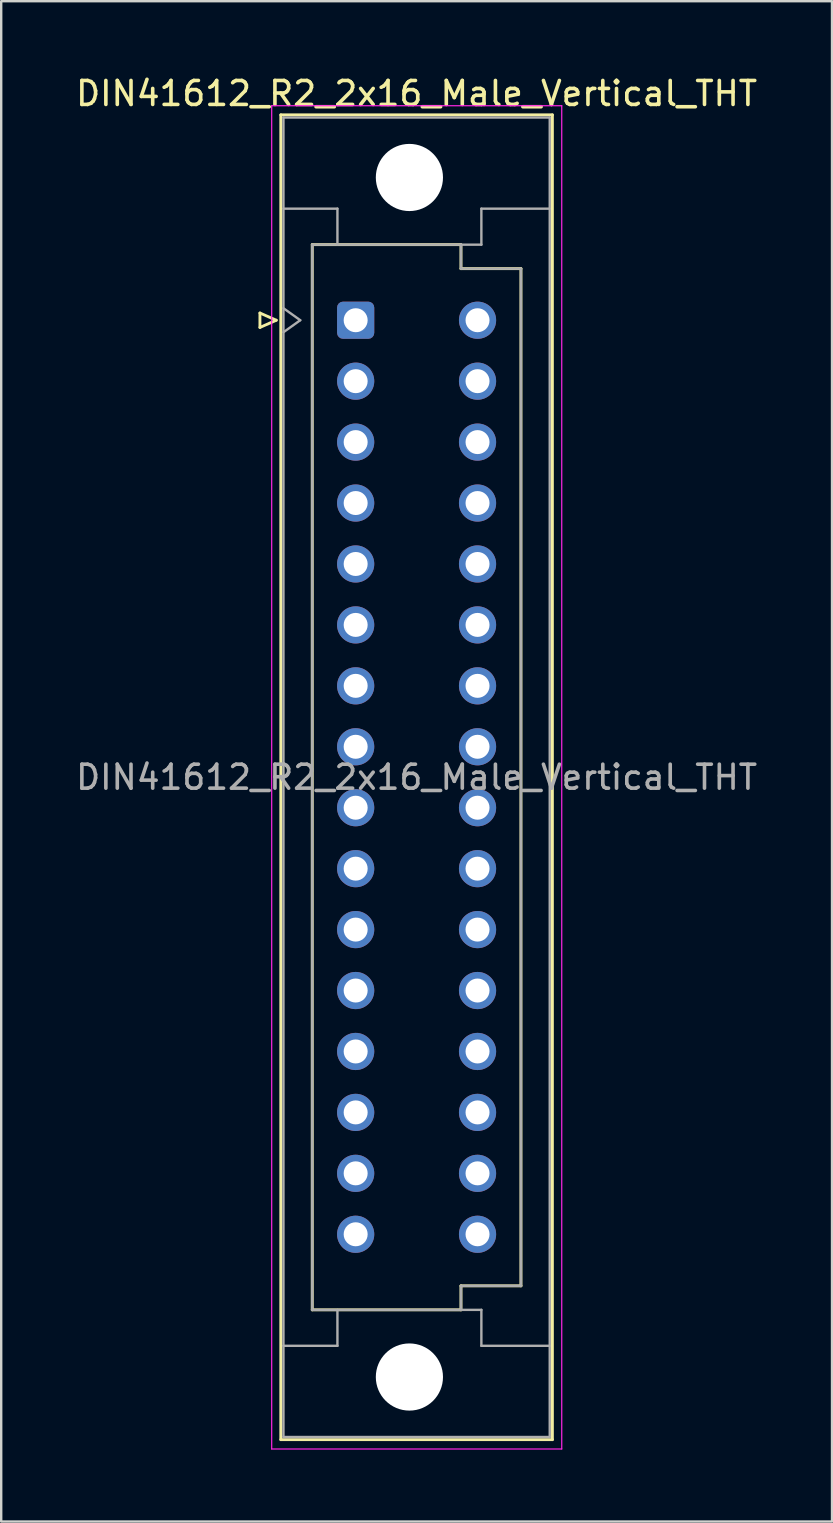
<source format=kicad_pcb>
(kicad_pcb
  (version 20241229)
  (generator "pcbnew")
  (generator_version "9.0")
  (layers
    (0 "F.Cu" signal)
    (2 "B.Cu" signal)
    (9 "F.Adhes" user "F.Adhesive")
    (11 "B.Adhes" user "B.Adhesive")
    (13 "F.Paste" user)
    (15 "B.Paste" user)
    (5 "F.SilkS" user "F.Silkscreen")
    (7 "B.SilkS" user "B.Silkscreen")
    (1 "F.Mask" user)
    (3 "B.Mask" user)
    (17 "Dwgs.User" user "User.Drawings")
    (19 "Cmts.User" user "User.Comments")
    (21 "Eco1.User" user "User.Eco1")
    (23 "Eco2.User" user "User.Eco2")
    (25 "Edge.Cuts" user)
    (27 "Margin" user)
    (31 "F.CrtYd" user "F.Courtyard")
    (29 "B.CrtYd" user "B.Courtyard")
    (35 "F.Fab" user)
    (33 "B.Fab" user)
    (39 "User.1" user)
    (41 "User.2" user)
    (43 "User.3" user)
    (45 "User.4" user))
  (footprint "DIN41612_R2_2x16_Male_Vertical_THT"
    (layer "F.Cu")
    (at 11.775 10.298)
    (property "Reference" "DIN41612_R2_2x16_Male_Vertical_THT" (at 2.54 -9.45 0) (layer "F.SilkS") (effects (font (size 1 1) (thickness 0.15))))
    (attr through_hole)
    (fp_line (start -3.99 -0.3) (end -3.99 0.3) (stroke (width 0.12) (type solid)) (layer "F.SilkS"))
    (fp_line (start -3.99 0.3) (end -3.31 0) (stroke (width 0.12) (type solid)) (layer "F.SilkS"))
    (fp_line (start -3.31 0) (end -3.99 -0.3) (stroke (width 0.12) (type solid)) (layer "F.SilkS"))
    (fp_line (start -3.12 -8.56) (end 8.2 -8.56) (stroke (width 0.12) (type solid)) (layer "F.SilkS"))
    (fp_line (start -3.12 46.66) (end -3.12 -8.56) (stroke (width 0.12) (type solid)) (layer "F.SilkS"))
    (fp_line (start -1.81 -3.15) (end 4.39 -3.15) (stroke (width 0.12) (type solid)) (layer "F.SilkS"))
    (fp_line (start -1.81 41.25) (end -1.81 -3.15) (stroke (width 0.12) (type solid)) (layer "F.SilkS"))
    (fp_line (start 4.39 -3.15) (end 4.39 -2.15) (stroke (width 0.12) (type solid)) (layer "F.SilkS"))
    (fp_line (start 4.39 -2.15) (end 6.89 -2.15) (stroke (width 0.12) (type solid)) (layer "F.SilkS"))
    (fp_line (start 4.39 40.25) (end 4.39 41.25) (stroke (width 0.12) (type solid)) (layer "F.SilkS"))
    (fp_line (start 4.39 41.25) (end -1.81 41.25) (stroke (width 0.12) (type solid)) (layer "F.SilkS"))
    (fp_line (start 6.89 -2.15) (end 6.89 40.25) (stroke (width 0.12) (type solid)) (layer "F.SilkS"))
    (fp_line (start 6.89 40.25) (end 4.39 40.25) (stroke (width 0.12) (type solid)) (layer "F.SilkS"))
    (fp_line (start 8.2 -8.56) (end 8.2 46.66) (stroke (width 0.12) (type solid)) (layer "F.SilkS"))
    (fp_line (start 8.2 46.66) (end -3.12 46.66) (stroke (width 0.12) (type solid)) (layer "F.SilkS"))
    (fp_line (start -3.5 -8.94) (end 8.59 -8.94) (stroke (width 0.05) (type solid)) (layer "F.CrtYd"))
    (fp_line (start -3.5 47.05) (end -3.5 -8.94) (stroke (width 0.05) (type solid)) (layer "F.CrtYd"))
    (fp_line (start 8.59 -8.94) (end 8.59 47.05) (stroke (width 0.05) (type solid)) (layer "F.CrtYd"))
    (fp_line (start 8.59 47.05) (end -3.5 47.05) (stroke (width 0.05) (type solid)) (layer "F.CrtYd"))
    (fp_line (start -3.01 -8.45) (end 8.09 -8.45) (stroke (width 0.1) (type solid)) (layer "F.Fab"))
    (fp_line (start -3.01 -4.65) (end -0.76 -4.65) (stroke (width 0.1) (type solid)) (layer "F.Fab"))
    (fp_line (start -3.01 -0.5) (end -2.31 0) (stroke (width 0.1) (type solid)) (layer "F.Fab"))
    (fp_line (start -3.01 42.75) (end -0.76 42.75) (stroke (width 0.1) (type solid)) (layer "F.Fab"))
    (fp_line (start -3.01 46.55) (end -3.01 -8.45) (stroke (width 0.1) (type solid)) (layer "F.Fab"))
    (fp_line (start -2.31 0) (end -3.01 0.5) (stroke (width 0.1) (type solid)) (layer "F.Fab"))
    (fp_line (start -1.81 -3.15) (end 4.39 -3.15) (stroke (width 0.1) (type solid)) (layer "F.Fab"))
    (fp_line (start -1.81 41.25) (end -1.81 -3.15) (stroke (width 0.1) (type solid)) (layer "F.Fab"))
    (fp_line (start -0.76 -4.65) (end -0.76 -3.15) (stroke (width 0.1) (type solid)) (layer "F.Fab"))
    (fp_line (start -0.76 42.75) (end -0.76 41.25) (stroke (width 0.1) (type solid)) (layer "F.Fab"))
    (fp_line (start 4.39 -3.15) (end 4.39 -2.15) (stroke (width 0.1) (type solid)) (layer "F.Fab"))
    (fp_line (start 4.39 -3.15) (end 5.24 -3.15) (stroke (width 0.1) (type solid)) (layer "F.Fab"))
    (fp_line (start 4.39 -2.15) (end 6.89 -2.15) (stroke (width 0.1) (type solid)) (layer "F.Fab"))
    (fp_line (start 4.39 40.25) (end 4.39 41.25) (stroke (width 0.1) (type solid)) (layer "F.Fab"))
    (fp_line (start 4.39 41.25) (end -1.81 41.25) (stroke (width 0.1) (type solid)) (layer "F.Fab"))
    (fp_line (start 4.39 41.25) (end 5.24 41.25) (stroke (width 0.1) (type solid)) (layer "F.Fab"))
    (fp_line (start 5.24 -4.65) (end 8.09 -4.65) (stroke (width 0.1) (type solid)) (layer "F.Fab"))
    (fp_line (start 5.24 -3.15) (end 5.24 -4.65) (stroke (width 0.1) (type solid)) (layer "F.Fab"))
    (fp_line (start 5.24 41.25) (end 5.24 42.75) (stroke (width 0.1) (type solid)) (layer "F.Fab"))
    (fp_line (start 5.24 42.75) (end 8.09 42.75) (stroke (width 0.1) (type solid)) (layer "F.Fab"))
    (fp_line (start 6.89 -2.15) (end 6.89 40.25) (stroke (width 0.1) (type solid)) (layer "F.Fab"))
    (fp_line (start 6.89 40.25) (end 4.39 40.25) (stroke (width 0.1) (type solid)) (layer "F.Fab"))
    (fp_line (start 8.09 -8.45) (end 8.09 46.55) (stroke (width 0.1) (type solid)) (layer "F.Fab"))
    (fp_line (start 8.09 46.55) (end -3.01 46.55) (stroke (width 0.1) (type solid)) (layer "F.Fab"))
    (fp_text user "${REFERENCE}" (at 2.54 19.05 0) (layer "F.Fab") (effects (font (size 1 1) (thickness 0.15))))
    (pad "" np_thru_hole circle (at 2.24 -5.95) (size 2.8 2.8) (drill 2.8) (layers "*.Cu" "*.Mask"))
    (pad "" np_thru_hole circle (at 2.24 44.05) (size 2.8 2.8) (drill 2.8) (layers "*.Cu" "*.Mask"))
    (pad "a1" thru_hole roundrect (at 0 0) (size 1.55 1.55) (drill 1) (layers "*.Cu" "*.Mask") (roundrect_rratio 0.161))
    (pad "a2" thru_hole circle (at 0 2.54) (size 1.55 1.55) (drill 1) (layers "*.Cu" "*.Mask"))
    (pad "a3" thru_hole circle (at 0 5.08) (size 1.55 1.55) (drill 1) (layers "*.Cu" "*.Mask"))
    (pad "a4" thru_hole circle (at 0 7.62) (size 1.55 1.55) (drill 1) (layers "*.Cu" "*.Mask"))
    (pad "a5" thru_hole circle (at 0 10.16) (size 1.55 1.55) (drill 1) (layers "*.Cu" "*.Mask"))
    (pad "a6" thru_hole circle (at 0 12.7) (size 1.55 1.55) (drill 1) (layers "*.Cu" "*.Mask"))
    (pad "a7" thru_hole circle (at 0 15.24) (size 1.55 1.55) (drill 1) (layers "*.Cu" "*.Mask"))
    (pad "a8" thru_hole circle (at 0 17.78) (size 1.55 1.55) (drill 1) (layers "*.Cu" "*.Mask"))
    (pad "a9" thru_hole circle (at 0 20.32) (size 1.55 1.55) (drill 1) (layers "*.Cu" "*.Mask"))
    (pad "a10" thru_hole circle (at 0 22.86) (size 1.55 1.55) (drill 1) (layers "*.Cu" "*.Mask"))
    (pad "a11" thru_hole circle (at 0 25.4) (size 1.55 1.55) (drill 1) (layers "*.Cu" "*.Mask"))
    (pad "a12" thru_hole circle (at 0 27.94) (size 1.55 1.55) (drill 1) (layers "*.Cu" "*.Mask"))
    (pad "a13" thru_hole circle (at 0 30.48) (size 1.55 1.55) (drill 1) (layers "*.Cu" "*.Mask"))
    (pad "a14" thru_hole circle (at 0 33.02) (size 1.55 1.55) (drill 1) (layers "*.Cu" "*.Mask"))
    (pad "a15" thru_hole circle (at 0 35.56) (size 1.55 1.55) (drill 1) (layers "*.Cu" "*.Mask"))
    (pad "a16" thru_hole circle (at 0 38.1) (size 1.55 1.55) (drill 1) (layers "*.Cu" "*.Mask"))
    (pad "c1" thru_hole circle (at 5.08 0) (size 1.55 1.55) (drill 1) (layers "*.Cu" "*.Mask"))
    (pad "c2" thru_hole circle (at 5.08 2.54) (size 1.55 1.55) (drill 1) (layers "*.Cu" "*.Mask"))
    (pad "c3" thru_hole circle (at 5.08 5.08) (size 1.55 1.55) (drill 1) (layers "*.Cu" "*.Mask"))
    (pad "c4" thru_hole circle (at 5.08 7.62) (size 1.55 1.55) (drill 1) (layers "*.Cu" "*.Mask"))
    (pad "c5" thru_hole circle (at 5.08 10.16) (size 1.55 1.55) (drill 1) (layers "*.Cu" "*.Mask"))
    (pad "c6" thru_hole circle (at 5.08 12.7) (size 1.55 1.55) (drill 1) (layers "*.Cu" "*.Mask"))
    (pad "c7" thru_hole circle (at 5.08 15.24) (size 1.55 1.55) (drill 1) (layers "*.Cu" "*.Mask"))
    (pad "c8" thru_hole circle (at 5.08 17.78) (size 1.55 1.55) (drill 1) (layers "*.Cu" "*.Mask"))
    (pad "c9" thru_hole circle (at 5.08 20.32) (size 1.55 1.55) (drill 1) (layers "*.Cu" "*.Mask"))
    (pad "c10" thru_hole circle (at 5.08 22.86) (size 1.55 1.55) (drill 1) (layers "*.Cu" "*.Mask"))
    (pad "c11" thru_hole circle (at 5.08 25.4) (size 1.55 1.55) (drill 1) (layers "*.Cu" "*.Mask"))
    (pad "c12" thru_hole circle (at 5.08 27.94) (size 1.55 1.55) (drill 1) (layers "*.Cu" "*.Mask"))
    (pad "c13" thru_hole circle (at 5.08 30.48) (size 1.55 1.55) (drill 1) (layers "*.Cu" "*.Mask"))
    (pad "c14" thru_hole circle (at 5.08 33.02) (size 1.55 1.55) (drill 1) (layers "*.Cu" "*.Mask"))
    (pad "c15" thru_hole circle (at 5.08 35.56) (size 1.55 1.55) (drill 1) (layers "*.Cu" "*.Mask"))
    (pad "c16" thru_hole circle (at 5.08 38.1) (size 1.55 1.55) (drill 1) (layers "*.Cu" "*.Mask")))
  (gr_rect
    (start -3 -3)
    (end 31.631 60.373)
    (stroke (width 0.1) (type default))
    (fill no)
    (layer "Edge.Cuts")))
</source>
